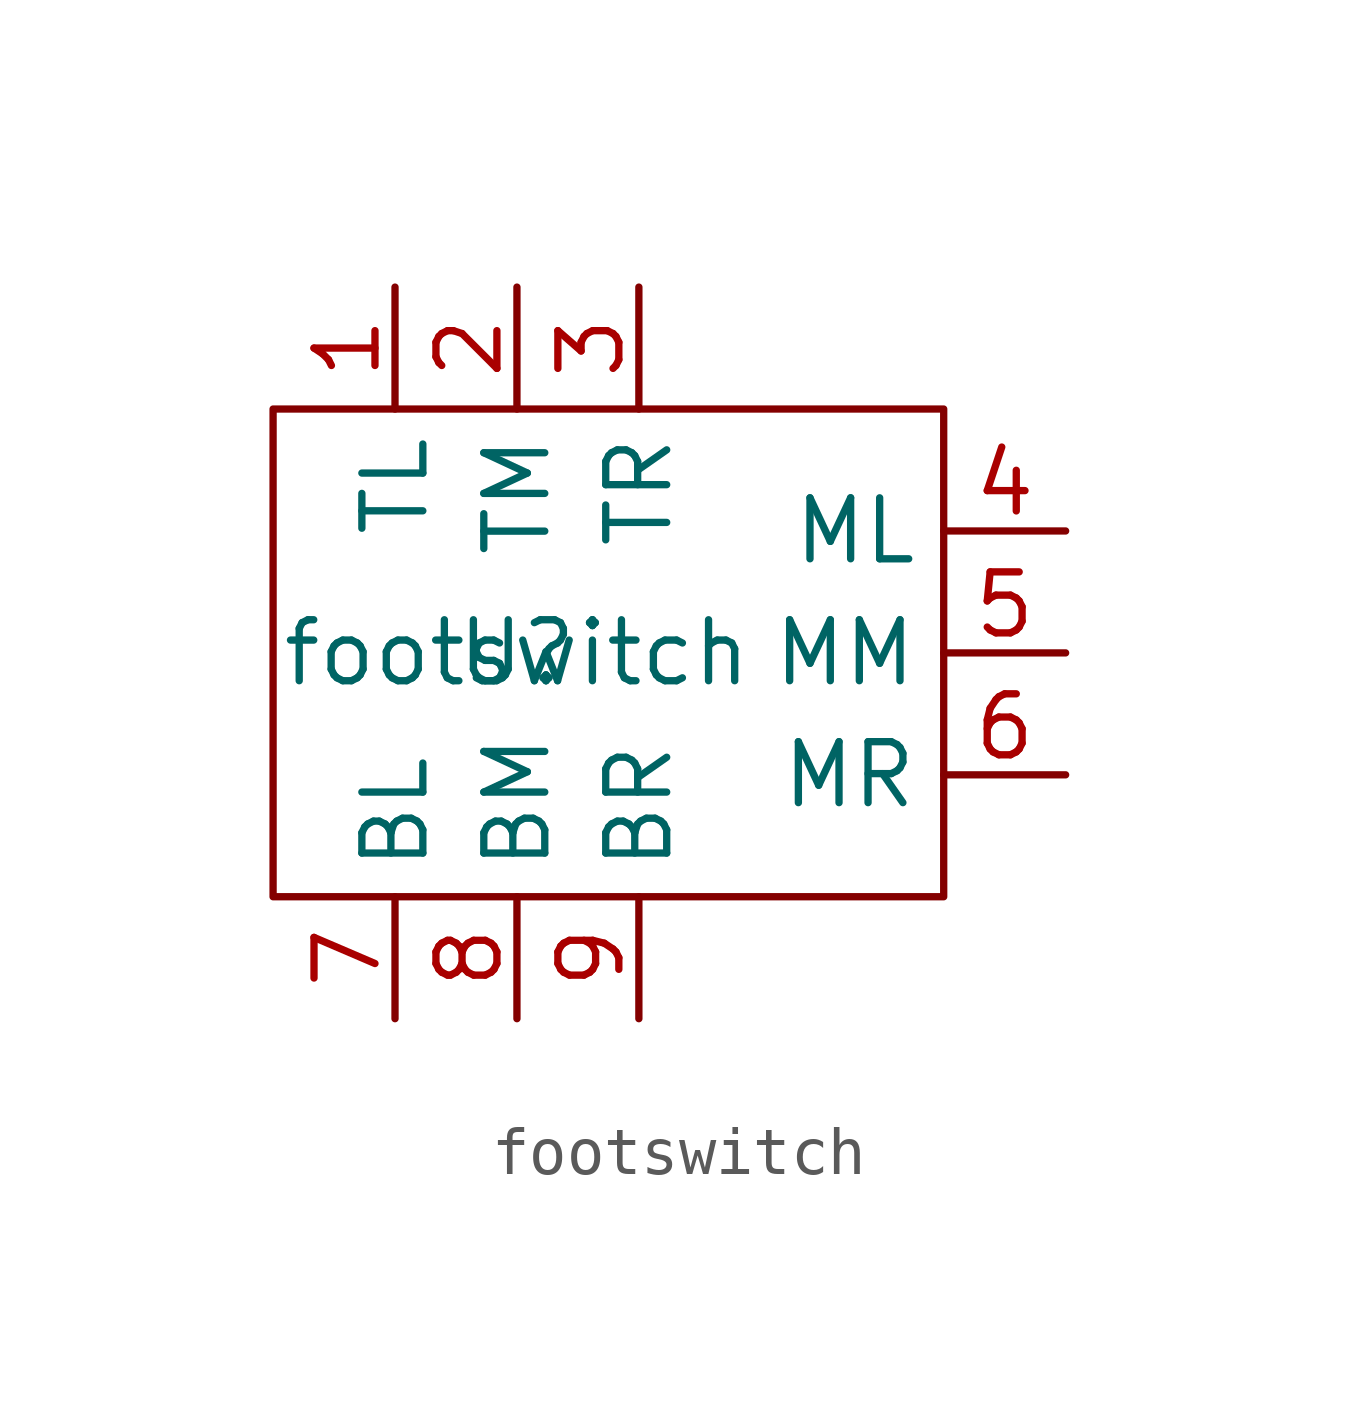
<source format=kicad_sym>
(kicad_symbol_lib
  (version 20211014)
  (generator kicad_symbol_editor)
  (symbol "footswitch"
    (property "Reference" "U"
      (at 0 0 0)
      (effects (font (size 1.27 1.27))))
    (property "Value" "footswitch"
      (at 0 0 0)
      (effects (font (size 1.27 1.27))))
    (symbol "footswitch_0_1"
      (rectangle (start -5.08 5.08) (end 8.89 -5.08) (stroke (width 0) (type default) (color 0 0 0 0)) (fill (type none))))
    (symbol "footswitch_1_1"
      (pin unspecified line (at -2.54 7.62 270) (length 2.54) (name "TL" (effects (font (size 1.27 1.27)))) (number "1" (effects (font (size 1.27 1.27)))))
      (pin unspecified line (at 0 7.62 270) (length 2.54) (name "TM" (effects (font (size 1.27 1.27)))) (number "2" (effects (font (size 1.27 1.27)))))
      (pin unspecified line (at 2.54 7.62 270) (length 2.54) (name "TR" (effects (font (size 1.27 1.27)))) (number "3" (effects (font (size 1.27 1.27)))))
      (pin unspecified line (at 11.43 2.54 180) (length 2.54) (name "ML" (effects (font (size 1.27 1.27)))) (number "4" (effects (font (size 1.27 1.27)))))
      (pin unspecified line (at 11.43 0 180) (length 2.54) (name "MM" (effects (font (size 1.27 1.27)))) (number "5" (effects (font (size 1.27 1.27)))))
      (pin unspecified line (at 11.43 -2.54 180) (length 2.54) (name "MR" (effects (font (size 1.27 1.27)))) (number "6" (effects (font (size 1.27 1.27)))))
      (pin unspecified line (at -2.54 -7.62 90) (length 2.54) (name "BL" (effects (font (size 1.27 1.27)))) (number "7" (effects (font (size 1.27 1.27)))))
      (pin unspecified line (at 0 -7.62 90) (length 2.54) (name "BM" (effects (font (size 1.27 1.27)))) (number "8" (effects (font (size 1.27 1.27)))))
      (pin unspecified line (at 2.54 -7.62 90) (length 2.54) (name "BR" (effects (font (size 1.27 1.27)))) (number "9" (effects (font (size 1.27 1.27))))))))
</source>
